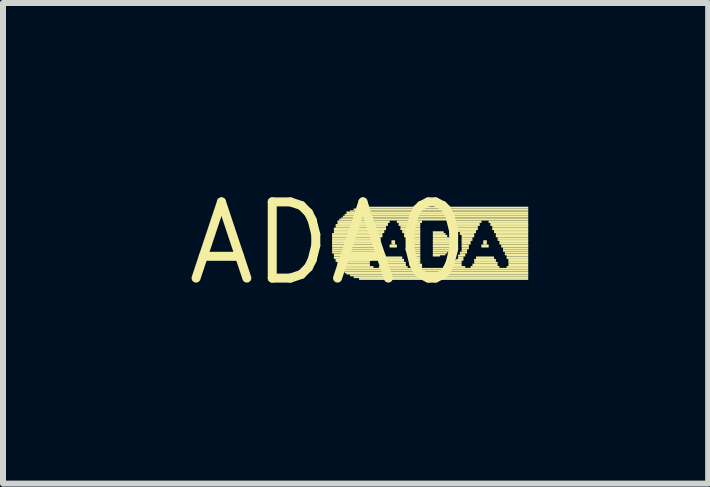
<source format=kicad_pcb>
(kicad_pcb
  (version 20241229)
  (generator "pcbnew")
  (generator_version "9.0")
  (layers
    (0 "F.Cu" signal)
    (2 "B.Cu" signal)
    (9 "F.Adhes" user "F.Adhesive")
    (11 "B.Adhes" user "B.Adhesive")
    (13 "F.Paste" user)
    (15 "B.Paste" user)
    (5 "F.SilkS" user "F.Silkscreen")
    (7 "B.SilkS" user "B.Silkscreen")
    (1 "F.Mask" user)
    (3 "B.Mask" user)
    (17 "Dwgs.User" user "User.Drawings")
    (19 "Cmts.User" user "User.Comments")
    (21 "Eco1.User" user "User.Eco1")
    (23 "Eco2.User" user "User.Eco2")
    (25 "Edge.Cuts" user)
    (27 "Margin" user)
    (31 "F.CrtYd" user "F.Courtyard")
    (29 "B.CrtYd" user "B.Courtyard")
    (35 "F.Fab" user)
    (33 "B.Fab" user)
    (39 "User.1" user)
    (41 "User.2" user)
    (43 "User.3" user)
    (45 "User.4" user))
  (footprint "ADA0"
    (layer "F.Cu")
    (at 2.426 1.006)
    (property "Reference" "ADA0" (at 0 0 0) (layer "F.SilkS") (effects (font (size 1.27 1.27) (thickness 0.15))))
    (fp_poly (pts (xy 0.06 -0.14) (xy 0.9 -0.14) (xy 0.9 -0.17) (xy 0.06 -0.17)) (stroke (width 0) (type solid)) (fill yes) (layer "F.SilkS"))
    (fp_poly (pts (xy 0.06 -0.1) (xy 0.9 -0.1) (xy 0.9 -0.14) (xy 0.06 -0.14)) (stroke (width 0) (type solid)) (fill yes) (layer "F.SilkS"))
    (fp_poly (pts (xy 0.06 -0.07) (xy 0.87 -0.07) (xy 0.87 -0.1) (xy 0.06 -0.1)) (stroke (width 0) (type solid)) (fill yes) (layer "F.SilkS"))
    (fp_poly (pts (xy 0.06 -0.04) (xy 0.87 -0.04) (xy 0.87 -0.07) (xy 0.06 -0.07)) (stroke (width 0) (type solid)) (fill yes) (layer "F.SilkS"))
    (fp_poly (pts (xy 0.06 -0.02) (xy 0.84 -0.02) (xy 0.84 -0.05) (xy 0.06 -0.05)) (stroke (width 0) (type solid)) (fill yes) (layer "F.SilkS"))
    (fp_poly (pts (xy 0.06 0.02) (xy 0.84 0.02) (xy 0.84 -0.02) (xy 0.06 -0.02)) (stroke (width 0) (type solid)) (fill yes) (layer "F.SilkS"))
    (fp_poly (pts (xy 0.06 0.05) (xy 0.81 0.05) (xy 0.81 0.02) (xy 0.06 0.02)) (stroke (width 0) (type solid)) (fill yes) (layer "F.SilkS"))
    (fp_poly (pts (xy 0.06 0.07) (xy 0.81 0.07) (xy 0.81 0.04) (xy 0.06 0.04)) (stroke (width 0) (type solid)) (fill yes) (layer "F.SilkS"))
    (fp_poly (pts (xy 0.06 0.1) (xy 0.81 0.1) (xy 0.81 0.07) (xy 0.06 0.07)) (stroke (width 0) (type solid)) (fill yes) (layer "F.SilkS"))
    (fp_poly (pts (xy 0.06 0.14) (xy 0.78 0.14) (xy 0.78 0.1) (xy 0.06 0.1)) (stroke (width 0) (type solid)) (fill yes) (layer "F.SilkS"))
    (fp_poly (pts (xy 0.06 0.17) (xy 0.78 0.17) (xy 0.78 0.14) (xy 0.06 0.14)) (stroke (width 0) (type solid)) (fill yes) (layer "F.SilkS"))
    (fp_poly (pts (xy 0.09 -0.22) (xy 0.96 -0.22) (xy 0.96 -0.26) (xy 0.09 -0.26)) (stroke (width 0) (type solid)) (fill yes) (layer "F.SilkS"))
    (fp_poly (pts (xy 0.09 -0.19) (xy 0.93 -0.19) (xy 0.93 -0.22) (xy 0.09 -0.22)) (stroke (width 0) (type solid)) (fill yes) (layer "F.SilkS"))
    (fp_poly (pts (xy 0.09 -0.17) (xy 0.93 -0.17) (xy 0.93 -0.2) (xy 0.09 -0.2)) (stroke (width 0) (type solid)) (fill yes) (layer "F.SilkS"))
    (fp_poly (pts (xy 0.09 0.2) (xy 0.75 0.2) (xy 0.75 0.17) (xy 0.09 0.17)) (stroke (width 0) (type solid)) (fill yes) (layer "F.SilkS"))
    (fp_poly (pts (xy 0.09 0.22) (xy 0.75 0.22) (xy 0.75 0.19) (xy 0.09 0.19)) (stroke (width 0) (type solid)) (fill yes) (layer "F.SilkS"))
    (fp_poly (pts (xy 0.09 0.26) (xy 0.72 0.26) (xy 0.72 0.22) (xy 0.09 0.22)) (stroke (width 0) (type solid)) (fill yes) (layer "F.SilkS"))
    (fp_poly (pts (xy 0.12 -0.29) (xy 0.99 -0.29) (xy 0.99 -0.32) (xy 0.12 -0.32)) (stroke (width 0) (type solid)) (fill yes) (layer "F.SilkS"))
    (fp_poly (pts (xy 0.12 -0.26) (xy 0.96 -0.26) (xy 0.96 -0.29) (xy 0.12 -0.29)) (stroke (width 0) (type solid)) (fill yes) (layer "F.SilkS"))
    (fp_poly (pts (xy 0.12 0.29) (xy 0.72 0.29) (xy 0.72 0.26) (xy 0.12 0.26)) (stroke (width 0) (type solid)) (fill yes) (layer "F.SilkS"))
    (fp_poly (pts (xy 0.12 0.31) (xy 0.69 0.31) (xy 0.69 0.28) (xy 0.12 0.28)) (stroke (width 0) (type solid)) (fill yes) (layer "F.SilkS"))
    (fp_poly (pts (xy 0.15 -0.34) (xy 1.02 -0.34) (xy 1.02 -0.38) (xy 0.15 -0.38)) (stroke (width 0) (type solid)) (fill yes) (layer "F.SilkS"))
    (fp_poly (pts (xy 0.15 -0.31) (xy 0.99 -0.31) (xy 0.99 -0.34) (xy 0.15 -0.34)) (stroke (width 0) (type solid)) (fill yes) (layer "F.SilkS"))
    (fp_poly (pts (xy 0.15 0.34) (xy 0.69 0.34) (xy 0.69 0.31) (xy 0.15 0.31)) (stroke (width 0) (type solid)) (fill yes) (layer "F.SilkS"))
    (fp_poly (pts (xy 0.15 0.38) (xy 0.69 0.38) (xy 0.69 0.34) (xy 0.15 0.34)) (stroke (width 0) (type solid)) (fill yes) (layer "F.SilkS"))
    (fp_poly (pts (xy 0.18 -0.38) (xy 3.33 -0.38) (xy 3.33 -0.41) (xy 0.18 -0.41)) (stroke (width 0) (type solid)) (fill yes) (layer "F.SilkS"))
    (fp_poly (pts (xy 0.18 0.41) (xy 0.75 0.41) (xy 0.75 0.38) (xy 0.18 0.38)) (stroke (width 0) (type solid)) (fill yes) (layer "F.SilkS"))
    (fp_poly (pts (xy 0.21 -0.41) (xy 3.33 -0.41) (xy 3.33 -0.43) (xy 0.21 -0.43)) (stroke (width 0) (type solid)) (fill yes) (layer "F.SilkS"))
    (fp_poly (pts (xy 0.21 0.44) (xy 3.33 0.44) (xy 3.33 0.41) (xy 0.21 0.41)) (stroke (width 0) (type solid)) (fill yes) (layer "F.SilkS"))
    (fp_poly (pts (xy 0.24 -0.43) (xy 3.33 -0.43) (xy 3.33 -0.46) (xy 0.24 -0.46)) (stroke (width 0) (type solid)) (fill yes) (layer "F.SilkS"))
    (fp_poly (pts (xy 0.24 0.47) (xy 3.33 0.47) (xy 3.33 0.44) (xy 0.24 0.44)) (stroke (width 0) (type solid)) (fill yes) (layer "F.SilkS"))
    (fp_poly (pts (xy 0.27 -0.46) (xy 3.33 -0.46) (xy 3.33 -0.49) (xy 0.27 -0.49)) (stroke (width 0) (type solid)) (fill yes) (layer "F.SilkS"))
    (fp_poly (pts (xy 0.27 0.5) (xy 3.33 0.5) (xy 3.33 0.47) (xy 0.27 0.47)) (stroke (width 0) (type solid)) (fill yes) (layer "F.SilkS"))
    (fp_poly (pts (xy 0.3 -0.49) (xy 3.33 -0.49) (xy 3.33 -0.53) (xy 0.3 -0.53)) (stroke (width 0) (type solid)) (fill yes) (layer "F.SilkS"))
    (fp_poly (pts (xy 0.3 0.52) (xy 3.33 0.52) (xy 3.33 0.49) (xy 0.3 0.49)) (stroke (width 0) (type solid)) (fill yes) (layer "F.SilkS"))
    (fp_poly (pts (xy 0.36 -0.53) (xy 3.33 -0.53) (xy 3.33 -0.55) (xy 0.36 -0.55)) (stroke (width 0) (type solid)) (fill yes) (layer "F.SilkS"))
    (fp_poly (pts (xy 0.36 0.55) (xy 3.33 0.55) (xy 3.33 0.52) (xy 0.36 0.52)) (stroke (width 0) (type solid)) (fill yes) (layer "F.SilkS"))
    (fp_poly (pts (xy 0.42 -0.55) (xy 3.33 -0.55) (xy 3.33 -0.58) (xy 0.42 -0.58)) (stroke (width 0) (type solid)) (fill yes) (layer "F.SilkS"))
    (fp_poly (pts (xy 0.42 0.58) (xy 3.33 0.58) (xy 3.33 0.55) (xy 0.42 0.55)) (stroke (width 0) (type solid)) (fill yes) (layer "F.SilkS"))
    (fp_poly (pts (xy 0.51 -0.58) (xy 3.33 -0.58) (xy 3.33 -0.61) (xy 0.51 -0.61)) (stroke (width 0) (type solid)) (fill yes) (layer "F.SilkS"))
    (fp_poly (pts (xy 0.51 0.61) (xy 3.33 0.61) (xy 3.33 0.58) (xy 0.51 0.58)) (stroke (width 0) (type solid)) (fill yes) (layer "F.SilkS"))
    (fp_poly (pts (xy 0.84 0.41) (xy 1.32 0.41) (xy 1.32 0.38) (xy 0.84 0.38)) (stroke (width 0) (type solid)) (fill yes) (layer "F.SilkS"))
    (fp_poly (pts (xy 0.87 0.38) (xy 1.29 0.38) (xy 1.29 0.34) (xy 0.87 0.34)) (stroke (width 0) (type solid)) (fill yes) (layer "F.SilkS"))
    (fp_poly (pts (xy 0.9 0.29) (xy 1.26 0.29) (xy 1.26 0.26) (xy 0.9 0.26)) (stroke (width 0) (type solid)) (fill yes) (layer "F.SilkS"))
    (fp_poly (pts (xy 0.9 0.31) (xy 1.26 0.31) (xy 1.26 0.28) (xy 0.9 0.28)) (stroke (width 0) (type solid)) (fill yes) (layer "F.SilkS"))
    (fp_poly (pts (xy 0.9 0.34) (xy 1.29 0.34) (xy 1.29 0.31) (xy 0.9 0.31)) (stroke (width 0) (type solid)) (fill yes) (layer "F.SilkS"))
    (fp_poly (pts (xy 0.93 0.26) (xy 1.23 0.26) (xy 1.23 0.22) (xy 0.93 0.22)) (stroke (width 0) (type solid)) (fill yes) (layer "F.SilkS"))
    (fp_poly (pts (xy 1.02 0.05) (xy 1.14 0.05) (xy 1.14 0.02) (xy 1.02 0.02)) (stroke (width 0) (type solid)) (fill yes) (layer "F.SilkS"))
    (fp_poly (pts (xy 1.02 0.07) (xy 1.14 0.07) (xy 1.14 0.04) (xy 1.02 0.04)) (stroke (width 0) (type solid)) (fill yes) (layer "F.SilkS"))
    (fp_poly (pts (xy 1.05 -0.02) (xy 1.11 -0.02) (xy 1.11 -0.05) (xy 1.05 -0.05)) (stroke (width 0) (type solid)) (fill yes) (layer "F.SilkS"))
    (fp_poly (pts (xy 1.05 0.02) (xy 1.11 0.02) (xy 1.11 -0.02) (xy 1.05 -0.02)) (stroke (width 0) (type solid)) (fill yes) (layer "F.SilkS"))
    (fp_poly (pts (xy 1.14 -0.34) (xy 1.56 -0.34) (xy 1.56 -0.38) (xy 1.14 -0.38)) (stroke (width 0) (type solid)) (fill yes) (layer "F.SilkS"))
    (fp_poly (pts (xy 1.17 -0.31) (xy 1.53 -0.31) (xy 1.53 -0.34) (xy 1.17 -0.34)) (stroke (width 0) (type solid)) (fill yes) (layer "F.SilkS"))
    (fp_poly (pts (xy 1.17 -0.29) (xy 1.53 -0.29) (xy 1.53 -0.32) (xy 1.17 -0.32)) (stroke (width 0) (type solid)) (fill yes) (layer "F.SilkS"))
    (fp_poly (pts (xy 1.2 -0.26) (xy 1.53 -0.26) (xy 1.53 -0.29) (xy 1.2 -0.29)) (stroke (width 0) (type solid)) (fill yes) (layer "F.SilkS"))
    (fp_poly (pts (xy 1.2 -0.22) (xy 1.53 -0.22) (xy 1.53 -0.26) (xy 1.2 -0.26)) (stroke (width 0) (type solid)) (fill yes) (layer "F.SilkS"))
    (fp_poly (pts (xy 1.23 -0.19) (xy 1.53 -0.19) (xy 1.53 -0.22) (xy 1.23 -0.22)) (stroke (width 0) (type solid)) (fill yes) (layer "F.SilkS"))
    (fp_poly (pts (xy 1.23 -0.17) (xy 1.53 -0.17) (xy 1.53 -0.2) (xy 1.23 -0.2)) (stroke (width 0) (type solid)) (fill yes) (layer "F.SilkS"))
    (fp_poly (pts (xy 1.26 -0.14) (xy 1.53 -0.14) (xy 1.53 -0.17) (xy 1.26 -0.17)) (stroke (width 0) (type solid)) (fill yes) (layer "F.SilkS"))
    (fp_poly (pts (xy 1.26 -0.1) (xy 1.53 -0.1) (xy 1.53 -0.14) (xy 1.26 -0.14)) (stroke (width 0) (type solid)) (fill yes) (layer "F.SilkS"))
    (fp_poly (pts (xy 1.29 -0.07) (xy 1.53 -0.07) (xy 1.53 -0.1) (xy 1.29 -0.1)) (stroke (width 0) (type solid)) (fill yes) (layer "F.SilkS"))
    (fp_poly (pts (xy 1.29 -0.04) (xy 1.53 -0.04) (xy 1.53 -0.07) (xy 1.29 -0.07)) (stroke (width 0) (type solid)) (fill yes) (layer "F.SilkS"))
    (fp_poly (pts (xy 1.32 -0.02) (xy 1.53 -0.02) (xy 1.53 -0.05) (xy 1.32 -0.05)) (stroke (width 0) (type solid)) (fill yes) (layer "F.SilkS"))
    (fp_poly (pts (xy 1.32 0.02) (xy 1.53 0.02) (xy 1.53 -0.02) (xy 1.32 -0.02)) (stroke (width 0) (type solid)) (fill yes) (layer "F.SilkS"))
    (fp_poly (pts (xy 1.35 0.05) (xy 1.53 0.05) (xy 1.53 0.02) (xy 1.35 0.02)) (stroke (width 0) (type solid)) (fill yes) (layer "F.SilkS"))
    (fp_poly (pts (xy 1.35 0.07) (xy 1.53 0.07) (xy 1.53 0.04) (xy 1.35 0.04)) (stroke (width 0) (type solid)) (fill yes) (layer "F.SilkS"))
    (fp_poly (pts (xy 1.38 0.1) (xy 1.53 0.1) (xy 1.53 0.07) (xy 1.38 0.07)) (stroke (width 0) (type solid)) (fill yes) (layer "F.SilkS"))
    (fp_poly (pts (xy 1.38 0.14) (xy 1.53 0.14) (xy 1.53 0.1) (xy 1.38 0.1)) (stroke (width 0) (type solid)) (fill yes) (layer "F.SilkS"))
    (fp_poly (pts (xy 1.41 0.17) (xy 1.53 0.17) (xy 1.53 0.14) (xy 1.41 0.14)) (stroke (width 0) (type solid)) (fill yes) (layer "F.SilkS"))
    (fp_poly (pts (xy 1.41 0.2) (xy 1.53 0.2) (xy 1.53 0.17) (xy 1.41 0.17)) (stroke (width 0) (type solid)) (fill yes) (layer "F.SilkS"))
    (fp_poly (pts (xy 1.44 0.22) (xy 1.53 0.22) (xy 1.53 0.19) (xy 1.44 0.19)) (stroke (width 0) (type solid)) (fill yes) (layer "F.SilkS"))
    (fp_poly (pts (xy 1.44 0.26) (xy 1.53 0.26) (xy 1.53 0.22) (xy 1.44 0.22)) (stroke (width 0) (type solid)) (fill yes) (layer "F.SilkS"))
    (fp_poly (pts (xy 1.44 0.41) (xy 1.56 0.41) (xy 1.56 0.38) (xy 1.44 0.38)) (stroke (width 0) (type solid)) (fill yes) (layer "F.SilkS"))
    (fp_poly (pts (xy 1.47 0.29) (xy 1.53 0.29) (xy 1.53 0.26) (xy 1.47 0.26)) (stroke (width 0) (type solid)) (fill yes) (layer "F.SilkS"))
    (fp_poly (pts (xy 1.47 0.31) (xy 1.53 0.31) (xy 1.53 0.28) (xy 1.47 0.28)) (stroke (width 0) (type solid)) (fill yes) (layer "F.SilkS"))
    (fp_poly (pts (xy 1.47 0.34) (xy 1.53 0.34) (xy 1.53 0.31) (xy 1.47 0.31)) (stroke (width 0) (type solid)) (fill yes) (layer "F.SilkS"))
    (fp_poly (pts (xy 1.47 0.38) (xy 1.56 0.38) (xy 1.56 0.34) (xy 1.47 0.34)) (stroke (width 0) (type solid)) (fill yes) (layer "F.SilkS"))
    (fp_poly (pts (xy 1.74 -0.17) (xy 1.92 -0.17) (xy 1.92 -0.2) (xy 1.74 -0.2)) (stroke (width 0) (type solid)) (fill yes) (layer "F.SilkS"))
    (fp_poly (pts (xy 1.74 -0.14) (xy 1.95 -0.14) (xy 1.95 -0.17) (xy 1.74 -0.17)) (stroke (width 0) (type solid)) (fill yes) (layer "F.SilkS"))
    (fp_poly (pts (xy 1.74 -0.1) (xy 1.98 -0.1) (xy 1.98 -0.14) (xy 1.74 -0.14)) (stroke (width 0) (type solid)) (fill yes) (layer "F.SilkS"))
    (fp_poly (pts (xy 1.74 -0.07) (xy 2.01 -0.07) (xy 2.01 -0.1) (xy 1.74 -0.1)) (stroke (width 0) (type solid)) (fill yes) (layer "F.SilkS"))
    (fp_poly (pts (xy 1.74 -0.04) (xy 2.04 -0.04) (xy 2.04 -0.07) (xy 1.74 -0.07)) (stroke (width 0) (type solid)) (fill yes) (layer "F.SilkS"))
    (fp_poly (pts (xy 1.74 -0.02) (xy 2.04 -0.02) (xy 2.04 -0.05) (xy 1.74 -0.05)) (stroke (width 0) (type solid)) (fill yes) (layer "F.SilkS"))
    (fp_poly (pts (xy 1.74 0.02) (xy 2.04 0.02) (xy 2.04 -0.02) (xy 1.74 -0.02)) (stroke (width 0) (type solid)) (fill yes) (layer "F.SilkS"))
    (fp_poly (pts (xy 1.74 0.05) (xy 2.04 0.05) (xy 2.04 0.02) (xy 1.74 0.02)) (stroke (width 0) (type solid)) (fill yes) (layer "F.SilkS"))
    (fp_poly (pts (xy 1.74 0.07) (xy 2.04 0.07) (xy 2.04 0.04) (xy 1.74 0.04)) (stroke (width 0) (type solid)) (fill yes) (layer "F.SilkS"))
    (fp_poly (pts (xy 1.74 0.1) (xy 2.01 0.1) (xy 2.01 0.07) (xy 1.74 0.07)) (stroke (width 0) (type solid)) (fill yes) (layer "F.SilkS"))
    (fp_poly (pts (xy 1.74 0.14) (xy 2.01 0.14) (xy 2.01 0.1) (xy 1.74 0.1)) (stroke (width 0) (type solid)) (fill yes) (layer "F.SilkS"))
    (fp_poly (pts (xy 1.74 0.17) (xy 1.98 0.17) (xy 1.98 0.14) (xy 1.74 0.14)) (stroke (width 0) (type solid)) (fill yes) (layer "F.SilkS"))
    (fp_poly (pts (xy 1.74 0.2) (xy 1.95 0.2) (xy 1.95 0.17) (xy 1.74 0.17)) (stroke (width 0) (type solid)) (fill yes) (layer "F.SilkS"))
    (fp_poly (pts (xy 1.74 0.22) (xy 1.86 0.22) (xy 1.86 0.19) (xy 1.74 0.19)) (stroke (width 0) (type solid)) (fill yes) (layer "F.SilkS"))
    (fp_poly (pts (xy 1.92 0.41) (xy 2.28 0.41) (xy 2.28 0.38) (xy 1.92 0.38)) (stroke (width 0) (type solid)) (fill yes) (layer "F.SilkS"))
    (fp_poly (pts (xy 1.98 -0.34) (xy 2.55 -0.34) (xy 2.55 -0.38) (xy 1.98 -0.38)) (stroke (width 0) (type solid)) (fill yes) (layer "F.SilkS"))
    (fp_poly (pts (xy 2.01 0.38) (xy 2.22 0.38) (xy 2.22 0.34) (xy 2.01 0.34)) (stroke (width 0) (type solid)) (fill yes) (layer "F.SilkS"))
    (fp_poly (pts (xy 2.04 -0.31) (xy 2.52 -0.31) (xy 2.52 -0.34) (xy 2.04 -0.34)) (stroke (width 0) (type solid)) (fill yes) (layer "F.SilkS"))
    (fp_poly (pts (xy 2.07 -0.29) (xy 2.52 -0.29) (xy 2.52 -0.32) (xy 2.07 -0.32)) (stroke (width 0) (type solid)) (fill yes) (layer "F.SilkS"))
    (fp_poly (pts (xy 2.07 0.34) (xy 2.22 0.34) (xy 2.22 0.31) (xy 2.07 0.31)) (stroke (width 0) (type solid)) (fill yes) (layer "F.SilkS"))
    (fp_poly (pts (xy 2.1 -0.26) (xy 2.49 -0.26) (xy 2.49 -0.29) (xy 2.1 -0.29)) (stroke (width 0) (type solid)) (fill yes) (layer "F.SilkS"))
    (fp_poly (pts (xy 2.1 0.31) (xy 2.22 0.31) (xy 2.22 0.28) (xy 2.1 0.28)) (stroke (width 0) (type solid)) (fill yes) (layer "F.SilkS"))
    (fp_poly (pts (xy 2.13 -0.22) (xy 2.49 -0.22) (xy 2.49 -0.26) (xy 2.13 -0.26)) (stroke (width 0) (type solid)) (fill yes) (layer "F.SilkS"))
    (fp_poly (pts (xy 2.13 0.29) (xy 2.25 0.29) (xy 2.25 0.26) (xy 2.13 0.26)) (stroke (width 0) (type solid)) (fill yes) (layer "F.SilkS"))
    (fp_poly (pts (xy 2.16 -0.19) (xy 2.46 -0.19) (xy 2.46 -0.22) (xy 2.16 -0.22)) (stroke (width 0) (type solid)) (fill yes) (layer "F.SilkS"))
    (fp_poly (pts (xy 2.16 0.22) (xy 2.28 0.22) (xy 2.28 0.19) (xy 2.16 0.19)) (stroke (width 0) (type solid)) (fill yes) (layer "F.SilkS"))
    (fp_poly (pts (xy 2.16 0.26) (xy 2.25 0.26) (xy 2.25 0.22) (xy 2.16 0.22)) (stroke (width 0) (type solid)) (fill yes) (layer "F.SilkS"))
    (fp_poly (pts (xy 2.19 -0.17) (xy 2.46 -0.17) (xy 2.46 -0.2) (xy 2.19 -0.2)) (stroke (width 0) (type solid)) (fill yes) (layer "F.SilkS"))
    (fp_poly (pts (xy 2.19 -0.14) (xy 2.43 -0.14) (xy 2.43 -0.17) (xy 2.19 -0.17)) (stroke (width 0) (type solid)) (fill yes) (layer "F.SilkS"))
    (fp_poly (pts (xy 2.19 0.17) (xy 2.31 0.17) (xy 2.31 0.14) (xy 2.19 0.14)) (stroke (width 0) (type solid)) (fill yes) (layer "F.SilkS"))
    (fp_poly (pts (xy 2.19 0.2) (xy 2.28 0.2) (xy 2.28 0.17) (xy 2.19 0.17)) (stroke (width 0) (type solid)) (fill yes) (layer "F.SilkS"))
    (fp_poly (pts (xy 2.22 -0.1) (xy 2.43 -0.1) (xy 2.43 -0.14) (xy 2.22 -0.14)) (stroke (width 0) (type solid)) (fill yes) (layer "F.SilkS"))
    (fp_poly (pts (xy 2.22 -0.07) (xy 2.4 -0.07) (xy 2.4 -0.1) (xy 2.22 -0.1)) (stroke (width 0) (type solid)) (fill yes) (layer "F.SilkS"))
    (fp_poly (pts (xy 2.22 -0.04) (xy 2.4 -0.04) (xy 2.4 -0.07) (xy 2.22 -0.07)) (stroke (width 0) (type solid)) (fill yes) (layer "F.SilkS"))
    (fp_poly (pts (xy 2.22 -0.02) (xy 2.37 -0.02) (xy 2.37 -0.05) (xy 2.22 -0.05)) (stroke (width 0) (type solid)) (fill yes) (layer "F.SilkS"))
    (fp_poly (pts (xy 2.22 0.02) (xy 2.37 0.02) (xy 2.37 -0.02) (xy 2.22 -0.02)) (stroke (width 0) (type solid)) (fill yes) (layer "F.SilkS"))
    (fp_poly (pts (xy 2.22 0.05) (xy 2.34 0.05) (xy 2.34 0.02) (xy 2.22 0.02)) (stroke (width 0) (type solid)) (fill yes) (layer "F.SilkS"))
    (fp_poly (pts (xy 2.22 0.07) (xy 2.34 0.07) (xy 2.34 0.04) (xy 2.22 0.04)) (stroke (width 0) (type solid)) (fill yes) (layer "F.SilkS"))
    (fp_poly (pts (xy 2.22 0.1) (xy 2.34 0.1) (xy 2.34 0.07) (xy 2.22 0.07)) (stroke (width 0) (type solid)) (fill yes) (layer "F.SilkS"))
    (fp_poly (pts (xy 2.22 0.14) (xy 2.31 0.14) (xy 2.31 0.1) (xy 2.22 0.1)) (stroke (width 0) (type solid)) (fill yes) (layer "F.SilkS"))
    (fp_poly (pts (xy 2.37 0.41) (xy 2.85 0.41) (xy 2.85 0.38) (xy 2.37 0.38)) (stroke (width 0) (type solid)) (fill yes) (layer "F.SilkS"))
    (fp_poly (pts (xy 2.4 0.38) (xy 2.82 0.38) (xy 2.82 0.34) (xy 2.4 0.34)) (stroke (width 0) (type solid)) (fill yes) (layer "F.SilkS"))
    (fp_poly (pts (xy 2.43 0.29) (xy 2.79 0.29) (xy 2.79 0.26) (xy 2.43 0.26)) (stroke (width 0) (type solid)) (fill yes) (layer "F.SilkS"))
    (fp_poly (pts (xy 2.43 0.31) (xy 2.79 0.31) (xy 2.79 0.28) (xy 2.43 0.28)) (stroke (width 0) (type solid)) (fill yes) (layer "F.SilkS"))
    (fp_poly (pts (xy 2.43 0.34) (xy 2.82 0.34) (xy 2.82 0.31) (xy 2.43 0.31)) (stroke (width 0) (type solid)) (fill yes) (layer "F.SilkS"))
    (fp_poly (pts (xy 2.46 0.26) (xy 2.76 0.26) (xy 2.76 0.22) (xy 2.46 0.22)) (stroke (width 0) (type solid)) (fill yes) (layer "F.SilkS"))
    (fp_poly (pts (xy 2.55 0.05) (xy 2.67 0.05) (xy 2.67 0.02) (xy 2.55 0.02)) (stroke (width 0) (type solid)) (fill yes) (layer "F.SilkS"))
    (fp_poly (pts (xy 2.55 0.07) (xy 2.67 0.07) (xy 2.67 0.04) (xy 2.55 0.04)) (stroke (width 0) (type solid)) (fill yes) (layer "F.SilkS"))
    (fp_poly (pts (xy 2.58 -0.02) (xy 2.64 -0.02) (xy 2.64 -0.05) (xy 2.58 -0.05)) (stroke (width 0) (type solid)) (fill yes) (layer "F.SilkS"))
    (fp_poly (pts (xy 2.58 0.02) (xy 2.64 0.02) (xy 2.64 -0.02) (xy 2.58 -0.02)) (stroke (width 0) (type solid)) (fill yes) (layer "F.SilkS"))
    (fp_poly (pts (xy 2.67 -0.34) (xy 3.33 -0.34) (xy 3.33 -0.38) (xy 2.67 -0.38)) (stroke (width 0) (type solid)) (fill yes) (layer "F.SilkS"))
    (fp_poly (pts (xy 2.7 -0.31) (xy 3.33 -0.31) (xy 3.33 -0.34) (xy 2.7 -0.34)) (stroke (width 0) (type solid)) (fill yes) (layer "F.SilkS"))
    (fp_poly (pts (xy 2.7 -0.29) (xy 3.33 -0.29) (xy 3.33 -0.32) (xy 2.7 -0.32)) (stroke (width 0) (type solid)) (fill yes) (layer "F.SilkS"))
    (fp_poly (pts (xy 2.73 -0.26) (xy 3.33 -0.26) (xy 3.33 -0.29) (xy 2.73 -0.29)) (stroke (width 0) (type solid)) (fill yes) (layer "F.SilkS"))
    (fp_poly (pts (xy 2.73 -0.22) (xy 3.33 -0.22) (xy 3.33 -0.26) (xy 2.73 -0.26)) (stroke (width 0) (type solid)) (fill yes) (layer "F.SilkS"))
    (fp_poly (pts (xy 2.76 -0.19) (xy 3.33 -0.19) (xy 3.33 -0.22) (xy 2.76 -0.22)) (stroke (width 0) (type solid)) (fill yes) (layer "F.SilkS"))
    (fp_poly (pts (xy 2.76 -0.17) (xy 3.33 -0.17) (xy 3.33 -0.2) (xy 2.76 -0.2)) (stroke (width 0) (type solid)) (fill yes) (layer "F.SilkS"))
    (fp_poly (pts (xy 2.79 -0.14) (xy 3.33 -0.14) (xy 3.33 -0.17) (xy 2.79 -0.17)) (stroke (width 0) (type solid)) (fill yes) (layer "F.SilkS"))
    (fp_poly (pts (xy 2.79 -0.1) (xy 3.33 -0.1) (xy 3.33 -0.14) (xy 2.79 -0.14)) (stroke (width 0) (type solid)) (fill yes) (layer "F.SilkS"))
    (fp_poly (pts (xy 2.82 -0.07) (xy 3.33 -0.07) (xy 3.33 -0.1) (xy 2.82 -0.1)) (stroke (width 0) (type solid)) (fill yes) (layer "F.SilkS"))
    (fp_poly (pts (xy 2.82 -0.04) (xy 3.33 -0.04) (xy 3.33 -0.07) (xy 2.82 -0.07)) (stroke (width 0) (type solid)) (fill yes) (layer "F.SilkS"))
    (fp_poly (pts (xy 2.85 -0.02) (xy 3.33 -0.02) (xy 3.33 -0.05) (xy 2.85 -0.05)) (stroke (width 0) (type solid)) (fill yes) (layer "F.SilkS"))
    (fp_poly (pts (xy 2.85 0.02) (xy 3.33 0.02) (xy 3.33 -0.02) (xy 2.85 -0.02)) (stroke (width 0) (type solid)) (fill yes) (layer "F.SilkS"))
    (fp_poly (pts (xy 2.88 0.05) (xy 3.33 0.05) (xy 3.33 0.02) (xy 2.88 0.02)) (stroke (width 0) (type solid)) (fill yes) (layer "F.SilkS"))
    (fp_poly (pts (xy 2.88 0.07) (xy 3.33 0.07) (xy 3.33 0.04) (xy 2.88 0.04)) (stroke (width 0) (type solid)) (fill yes) (layer "F.SilkS"))
    (fp_poly (pts (xy 2.91 0.1) (xy 3.33 0.1) (xy 3.33 0.07) (xy 2.91 0.07)) (stroke (width 0) (type solid)) (fill yes) (layer "F.SilkS"))
    (fp_poly (pts (xy 2.91 0.14) (xy 3.33 0.14) (xy 3.33 0.1) (xy 2.91 0.1)) (stroke (width 0) (type solid)) (fill yes) (layer "F.SilkS"))
    (fp_poly (pts (xy 2.94 0.17) (xy 3.33 0.17) (xy 3.33 0.14) (xy 2.94 0.14)) (stroke (width 0) (type solid)) (fill yes) (layer "F.SilkS"))
    (fp_poly (pts (xy 2.94 0.2) (xy 3.33 0.2) (xy 3.33 0.17) (xy 2.94 0.17)) (stroke (width 0) (type solid)) (fill yes) (layer "F.SilkS"))
    (fp_poly (pts (xy 2.97 0.22) (xy 3.33 0.22) (xy 3.33 0.19) (xy 2.97 0.19)) (stroke (width 0) (type solid)) (fill yes) (layer "F.SilkS"))
    (fp_poly (pts (xy 2.97 0.26) (xy 3.33 0.26) (xy 3.33 0.22) (xy 2.97 0.22)) (stroke (width 0) (type solid)) (fill yes) (layer "F.SilkS"))
    (fp_poly (pts (xy 2.97 0.41) (xy 3.33 0.41) (xy 3.33 0.38) (xy 2.97 0.38)) (stroke (width 0) (type solid)) (fill yes) (layer "F.SilkS"))
    (fp_poly (pts (xy 3 0.29) (xy 3.33 0.29) (xy 3.33 0.26) (xy 3 0.26)) (stroke (width 0) (type solid)) (fill yes) (layer "F.SilkS"))
    (fp_poly (pts (xy 3 0.31) (xy 3.33 0.31) (xy 3.33 0.28) (xy 3 0.28)) (stroke (width 0) (type solid)) (fill yes) (layer "F.SilkS"))
    (fp_poly (pts (xy 3 0.34) (xy 3.33 0.34) (xy 3.33 0.31) (xy 3 0.31)) (stroke (width 0) (type solid)) (fill yes) (layer "F.SilkS"))
    (fp_poly (pts (xy 3 0.38) (xy 3.33 0.38) (xy 3.33 0.34) (xy 3 0.34)) (stroke (width 0) (type solid)) (fill yes) (layer "F.SilkS")))
  (gr_rect
    (start -3 -3)
    (end 8.756 5.012)
    (stroke (width 0.1) (type default))
    (fill no)
    (layer "Edge.Cuts")))
</source>
